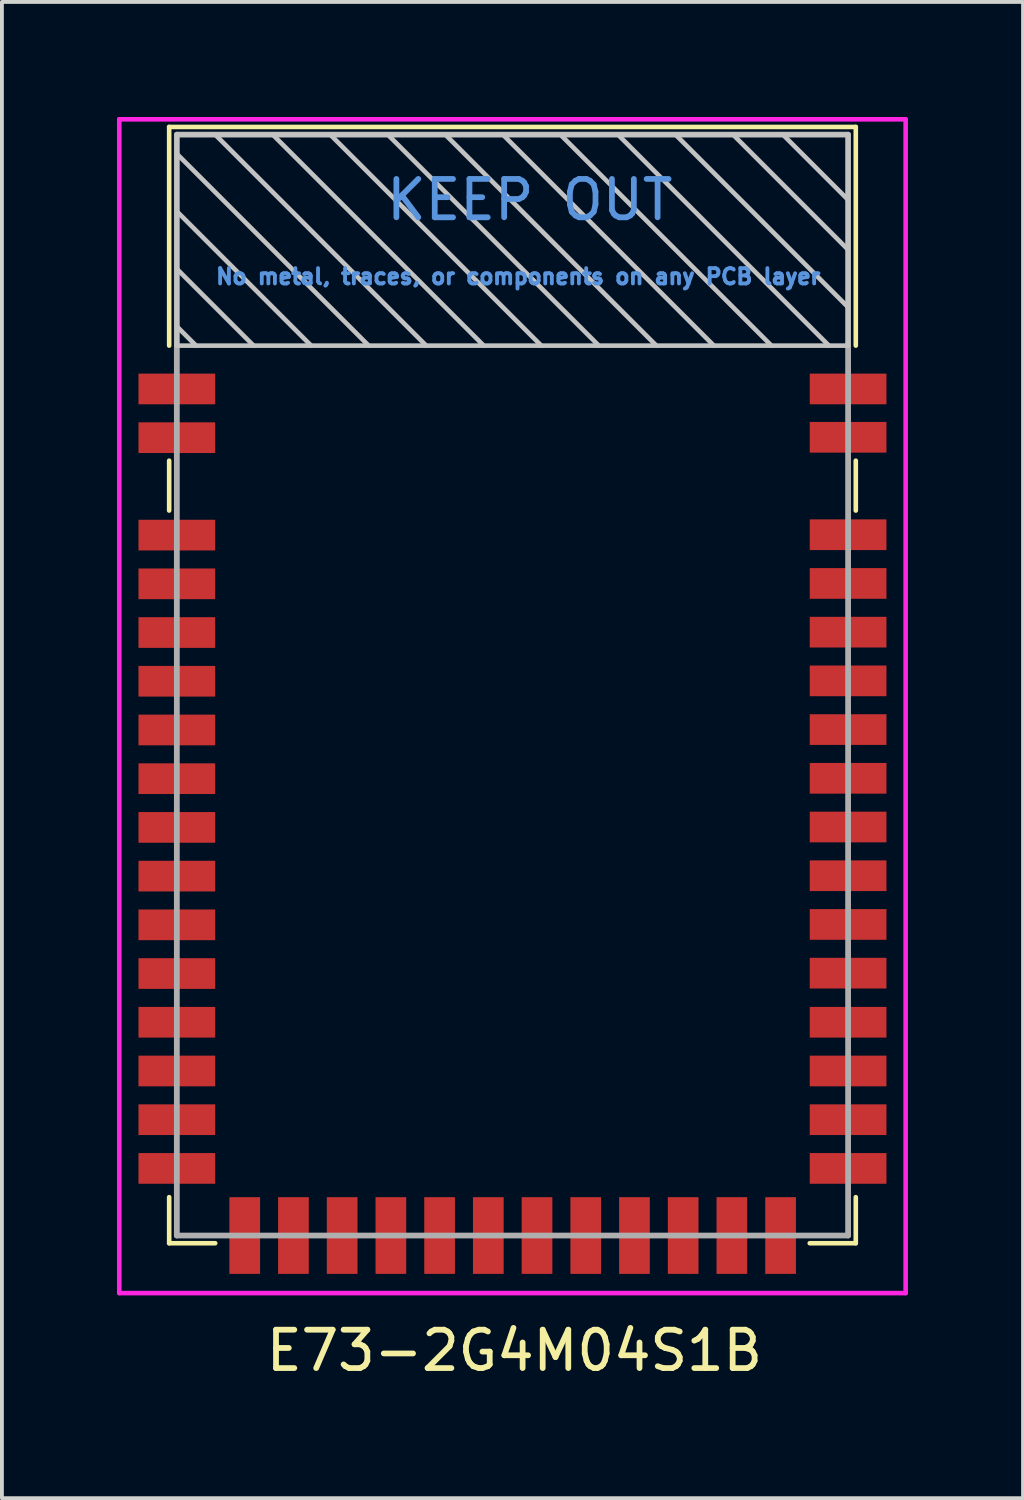
<source format=kicad_pcb>
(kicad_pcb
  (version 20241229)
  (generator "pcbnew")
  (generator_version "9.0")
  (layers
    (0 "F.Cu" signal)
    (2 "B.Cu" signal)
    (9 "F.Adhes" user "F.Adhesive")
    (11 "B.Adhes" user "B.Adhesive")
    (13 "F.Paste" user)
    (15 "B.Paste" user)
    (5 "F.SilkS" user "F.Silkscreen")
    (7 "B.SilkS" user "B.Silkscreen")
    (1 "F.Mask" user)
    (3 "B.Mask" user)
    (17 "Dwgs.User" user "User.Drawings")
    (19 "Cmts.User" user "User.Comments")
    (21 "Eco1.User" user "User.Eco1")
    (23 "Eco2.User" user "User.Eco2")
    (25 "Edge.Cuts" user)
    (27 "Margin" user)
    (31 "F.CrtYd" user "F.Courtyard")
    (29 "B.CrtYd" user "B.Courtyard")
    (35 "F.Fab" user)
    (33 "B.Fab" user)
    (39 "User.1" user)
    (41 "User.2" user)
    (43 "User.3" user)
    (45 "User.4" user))
  (footprint "E73-2G4M04S1B"
    (layer "F.Cu")
    (at 10.36 15.16)
    (property "Reference" "E73-2G4M04S1B" (at 0 17 0) (layer "F.SilkS") (effects (font (size 1 1) (thickness 0.15))))
    (attr through_hole)
    (fp_line (start -9 -14.9) (end 8.9 -14.9) (stroke (width 0.12) (type solid)) (layer "F.SilkS"))
    (fp_line (start -9 -9.2) (end -9 -14.9) (stroke (width 0.12) (type solid)) (layer "F.SilkS"))
    (fp_line (start -9 -6.2) (end -9 -4.9) (stroke (width 0.12) (type solid)) (layer "F.SilkS"))
    (fp_line (start -9 14.2) (end -9 13) (stroke (width 0.12) (type solid)) (layer "F.SilkS"))
    (fp_line (start -9 14.2) (end -7.8 14.2) (stroke (width 0.12) (type solid)) (layer "F.SilkS"))
    (fp_line (start 8.9 -14.9) (end 8.9 -9.2) (stroke (width 0.12) (type solid)) (layer "F.SilkS"))
    (fp_line (start 8.9 -6.2) (end 8.9 -4.9) (stroke (width 0.12) (type solid)) (layer "F.SilkS"))
    (fp_line (start 8.9 14.2) (end 7.7 14.2) (stroke (width 0.12) (type solid)) (layer "F.SilkS"))
    (fp_line (start 8.9 14.2) (end 8.9 13) (stroke (width 0.12) (type solid)) (layer "F.SilkS"))
    (fp_line (start -8.8 -14.7) (end -8.8 -9.2) (stroke (width 0.12) (type solid)) (layer "Dwgs.User"))
    (fp_line (start -8.8 -14.2) (end -3.8 -9.2) (stroke (width 0.12) (type solid)) (layer "Dwgs.User"))
    (fp_line (start -8.8 -12.7) (end -5.3 -9.2) (stroke (width 0.12) (type solid)) (layer "Dwgs.User"))
    (fp_line (start -8.8 -11.2) (end -6.8 -9.2) (stroke (width 0.12) (type solid)) (layer "Dwgs.User"))
    (fp_line (start -8.8 -9.7) (end -8.3 -9.2) (stroke (width 0.12) (type solid)) (layer "Dwgs.User"))
    (fp_line (start -8.8 -9.2) (end 8.7 -9.2) (stroke (width 0.12) (type solid)) (layer "Dwgs.User"))
    (fp_line (start -7.8 -14.7) (end -2.3 -9.2) (stroke (width 0.12) (type solid)) (layer "Dwgs.User"))
    (fp_line (start -6.3 -14.7) (end -0.8 -9.2) (stroke (width 0.12) (type solid)) (layer "Dwgs.User"))
    (fp_line (start -4.8 -14.7) (end 0.7 -9.2) (stroke (width 0.12) (type solid)) (layer "Dwgs.User"))
    (fp_line (start -3.3 -14.7) (end 2.2 -9.2) (stroke (width 0.12) (type solid)) (layer "Dwgs.User"))
    (fp_line (start -1.8 -14.7) (end 3.7 -9.2) (stroke (width 0.12) (type solid)) (layer "Dwgs.User"))
    (fp_line (start -0.3 -14.7) (end 5.2 -9.2) (stroke (width 0.12) (type solid)) (layer "Dwgs.User"))
    (fp_line (start 1.2 -14.7) (end 6.7 -9.2) (stroke (width 0.12) (type solid)) (layer "Dwgs.User"))
    (fp_line (start 2.7 -14.7) (end 8.2 -9.2) (stroke (width 0.12) (type solid)) (layer "Dwgs.User"))
    (fp_line (start 4.2 -14.7) (end 8.7 -10.2) (stroke (width 0.12) (type solid)) (layer "Dwgs.User"))
    (fp_line (start 5.7 -14.7) (end 8.7 -11.7) (stroke (width 0.12) (type solid)) (layer "Dwgs.User"))
    (fp_line (start 7 -14.7) (end 8.7 -13) (stroke (width 0.12) (type solid)) (layer "Dwgs.User"))
    (fp_line (start 8.7 -14.7) (end -8.8 -14.7) (stroke (width 0.12) (type solid)) (layer "Dwgs.User"))
    (fp_line (start 8.7 -9.2) (end 8.7 -14.7) (stroke (width 0.12) (type solid)) (layer "Dwgs.User"))
    (fp_line (start -10.3 -15.1) (end -10.3 15.5) (stroke (width 0.12) (type solid)) (layer "F.CrtYd"))
    (fp_line (start -10.3 15.5) (end 10.2 15.5) (stroke (width 0.12) (type solid)) (layer "F.CrtYd"))
    (fp_line (start 10.2 -15.1) (end -10.3 -15.1) (stroke (width 0.12) (type solid)) (layer "F.CrtYd"))
    (fp_line (start 10.2 -15.1) (end 10.2 15.5) (stroke (width 0.12) (type solid)) (layer "F.CrtYd"))
    (fp_line (start -8.8 -14.7) (end 8.7 -14.7) (stroke (width 0.15) (type solid)) (layer "F.Fab"))
    (fp_line (start -8.8 14) (end -8.8 -14.7) (stroke (width 0.15) (type solid)) (layer "F.Fab"))
    (fp_line (start 8.7 -14.7) (end 8.7 14) (stroke (width 0.15) (type solid)) (layer "F.Fab"))
    (fp_line (start 8.7 14) (end -8.8 14) (stroke (width 0.15) (type solid)) (layer "F.Fab"))
    (fp_text user "KEEP OUT" (at 0.4 -13 0) (layer "Cmts.User") (effects (font (size 1 1) (thickness 0.15))))
    (fp_text user "No metal, traces, or components on any PCB layer" (at 0.1 -11 0) (layer "Cmts.User") (effects (font (size 0.4 0.4) (thickness 0.1))))
    (pad "1" smd rect (at -8.8 -8.07) (size 2 0.8) (layers "F.Cu" "F.Mask" "F.Paste"))
    (pad "2" smd rect (at -8.8 -6.8) (size 2 0.8) (layers "F.Cu" "F.Mask" "F.Paste"))
    (pad "3" smd rect (at -8.8 -4.26) (size 2 0.8) (layers "F.Cu" "F.Mask" "F.Paste"))
    (pad "4" smd rect (at -8.8 -2.99) (size 2 0.8) (layers "F.Cu" "F.Mask" "F.Paste"))
    (pad "5" smd rect (at -8.8 -1.72) (size 2 0.8) (layers "F.Cu" "F.Mask" "F.Paste"))
    (pad "6" smd rect (at -8.8 -0.45) (size 2 0.8) (layers "F.Cu" "F.Mask" "F.Paste"))
    (pad "7" smd rect (at -8.8 0.82) (size 2 0.8) (layers "F.Cu" "F.Mask" "F.Paste"))
    (pad "8" smd rect (at -8.8 2.09) (size 2 0.8) (layers "F.Cu" "F.Mask" "F.Paste"))
    (pad "9" smd rect (at -8.8 3.36) (size 2 0.8) (layers "F.Cu" "F.Mask" "F.Paste"))
    (pad "10" smd rect (at -8.8 4.63) (size 2 0.8) (layers "F.Cu" "F.Mask" "F.Paste"))
    (pad "11" smd rect (at -8.8 5.9) (size 2 0.8) (layers "F.Cu" "F.Mask" "F.Paste"))
    (pad "12" smd rect (at -8.8 7.17) (size 2 0.8) (layers "F.Cu" "F.Mask" "F.Paste"))
    (pad "13" smd rect (at -8.8 8.44) (size 2 0.8) (layers "F.Cu" "F.Mask" "F.Paste"))
    (pad "14" smd rect (at -8.8 9.71) (size 2 0.8) (layers "F.Cu" "F.Mask" "F.Paste"))
    (pad "15" smd rect (at -8.8 10.98) (size 2 0.8) (layers "F.Cu" "F.Mask" "F.Paste"))
    (pad "16" smd rect (at -8.8 12.25) (size 2 0.8) (layers "F.Cu" "F.Mask" "F.Paste"))
    (pad "17" smd rect (at -7.03 14 90) (size 2 0.8) (layers "F.Cu" "F.Mask" "F.Paste"))
    (pad "18" smd rect (at -5.76 14 90) (size 2 0.8) (layers "F.Cu" "F.Mask" "F.Paste"))
    (pad "19" smd rect (at -4.49 14 90) (size 2 0.8) (layers "F.Cu" "F.Mask" "F.Paste"))
    (pad "20" smd rect (at -3.22 14 90) (size 2 0.8) (layers "F.Cu" "F.Mask" "F.Paste"))
    (pad "21" smd rect (at -1.95 14 90) (size 2 0.8) (layers "F.Cu" "F.Mask" "F.Paste"))
    (pad "22" smd rect (at -0.68 14 90) (size 2 0.8) (layers "F.Cu" "F.Mask" "F.Paste"))
    (pad "23" smd rect (at 0.59 14 90) (size 2 0.8) (layers "F.Cu" "F.Mask" "F.Paste"))
    (pad "24" smd rect (at 1.86 14 90) (size 2 0.8) (layers "F.Cu" "F.Mask" "F.Paste"))
    (pad "25" smd rect (at 3.13 14 90) (size 2 0.8) (layers "F.Cu" "F.Mask" "F.Paste"))
    (pad "26" smd rect (at 4.4 14 90) (size 2 0.8) (layers "F.Cu" "F.Mask" "F.Paste"))
    (pad "27" smd rect (at 5.67 14 90) (size 2 0.8) (layers "F.Cu" "F.Mask" "F.Paste"))
    (pad "28" smd rect (at 6.94 14 90) (size 2 0.8) (layers "F.Cu" "F.Mask" "F.Paste"))
    (pad "29" smd rect (at 8.7 12.25) (size 2 0.8) (layers "F.Cu" "F.Mask" "F.Paste"))
    (pad "30" smd rect (at 8.7 10.98) (size 2 0.8) (layers "F.Cu" "F.Mask" "F.Paste"))
    (pad "31" smd rect (at 8.7 9.71) (size 2 0.8) (layers "F.Cu" "F.Mask" "F.Paste"))
    (pad "32" smd rect (at 8.7 8.44) (size 2 0.8) (layers "F.Cu" "F.Mask" "F.Paste"))
    (pad "33" smd rect (at 8.7 7.16) (size 2 0.8) (layers "F.Cu" "F.Mask" "F.Paste"))
    (pad "34" smd rect (at 8.7 5.89) (size 2 0.8) (layers "F.Cu" "F.Mask" "F.Paste"))
    (pad "35" smd rect (at 8.7 4.62) (size 2 0.8) (layers "F.Cu" "F.Mask" "F.Paste"))
    (pad "36" smd rect (at 8.7 3.35) (size 2 0.8) (layers "F.Cu" "F.Mask" "F.Paste"))
    (pad "37" smd rect (at 8.7 2.08) (size 2 0.8) (layers "F.Cu" "F.Mask" "F.Paste"))
    (pad "38" smd rect (at 8.7 0.81) (size 2 0.8) (layers "F.Cu" "F.Mask" "F.Paste"))
    (pad "39" smd rect (at 8.7 -0.46) (size 2 0.8) (layers "F.Cu" "F.Mask" "F.Paste"))
    (pad "40" smd rect (at 8.7 -1.73) (size 2 0.8) (layers "F.Cu" "F.Mask" "F.Paste"))
    (pad "41" smd rect (at 8.7 -3) (size 2 0.8) (layers "F.Cu" "F.Mask" "F.Paste"))
    (pad "42" smd rect (at 8.7 -4.27) (size 2 0.8) (layers "F.Cu" "F.Mask" "F.Paste"))
    (pad "43" smd rect (at 8.7 -6.81) (size 2 0.8) (layers "F.Cu" "F.Mask" "F.Paste"))
    (pad "44" smd rect (at 8.7 -8.07) (size 2 0.8) (layers "F.Cu" "F.Mask" "F.Paste")))
  (gr_rect
    (start -3 -3)
    (end 23.62 36.008)
    (stroke (width 0.1) (type default))
    (fill no)
    (layer "Edge.Cuts")))
</source>
